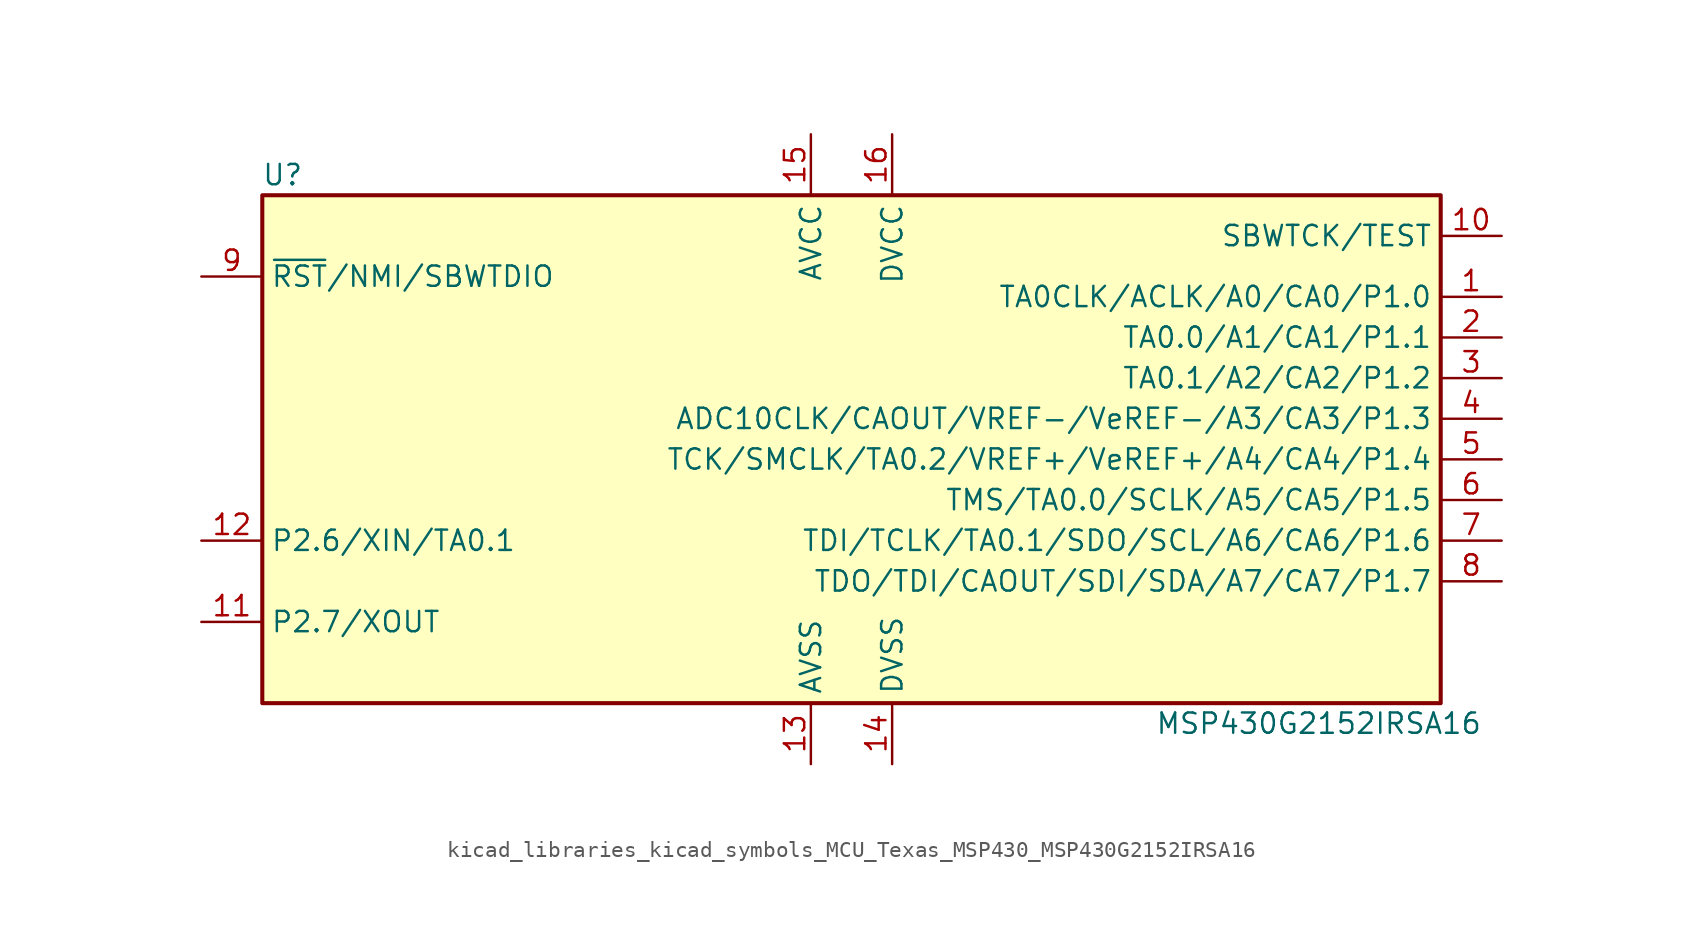
<source format=kicad_sym>
(kicad_symbol_lib
  (version 20220914)
  (generator kicad_symbol_editor)
  (symbol "kicad_libraries_kicad_symbols_MCU_Texas_MSP430_MSP430G2152IRSA16"
    (property "Reference" "U"
      (at -35.56 17.78 0)
      (effects (font (size 1.27 1.27))))
    (property "Value" "MSP430G2152IRSA16"
      (at 29.21 -16.51 0)
      (effects (font (size 1.27 1.27))))
    (symbol "kicad_libraries_kicad_symbols_MCU_Texas_MSP430_MSP430G2152IRSA16_0_1"
      (rectangle (start -36.83 16.51) (end 36.83 -15.24) (stroke (width 0.254) (type default)) (fill (type background))))
    (symbol "kicad_libraries_kicad_symbols_MCU_Texas_MSP430_MSP430G2152IRSA16_1_1"
      (pin bidirectional line (at 40.64 10.16 180) (length 3.81) (name "TA0CLK/ACLK/A0/CA0/P1.0" (effects (font (size 1.27 1.27)))) (number "1" (effects (font (size 1.27 1.27)))))
      (pin input line (at 40.64 13.97 180) (length 3.81) (name "SBWTCK/TEST" (effects (font (size 1.27 1.27)))) (number "10" (effects (font (size 1.27 1.27)))))
      (pin bidirectional line (at -40.64 -10.16 0) (length 3.81) (name "P2.7/XOUT" (effects (font (size 1.27 1.27)))) (number "11" (effects (font (size 1.27 1.27)))))
      (pin bidirectional line (at -40.64 -5.08 0) (length 3.81) (name "P2.6/XIN/TA0.1" (effects (font (size 1.27 1.27)))) (number "12" (effects (font (size 1.27 1.27)))))
      (pin power_in line (at -2.54 -19.05 90) (length 3.81) (name "AVSS" (effects (font (size 1.27 1.27)))) (number "13" (effects (font (size 1.27 1.27)))))
      (pin power_in line (at 2.54 -19.05 90) (length 3.81) (name "DVSS" (effects (font (size 1.27 1.27)))) (number "14" (effects (font (size 1.27 1.27)))))
      (pin power_in line (at -2.54 20.32 270) (length 3.81) (name "AVCC" (effects (font (size 1.27 1.27)))) (number "15" (effects (font (size 1.27 1.27)))))
      (pin power_in line (at 2.54 20.32 270) (length 3.81) (name "DVCC" (effects (font (size 1.27 1.27)))) (number "16" (effects (font (size 1.27 1.27)))))
      (pin bidirectional line (at 40.64 7.62 180) (length 3.81) (name "TA0.0/A1/CA1/P1.1" (effects (font (size 1.27 1.27)))) (number "2" (effects (font (size 1.27 1.27)))))
      (pin bidirectional line (at 40.64 5.08 180) (length 3.81) (name "TA0.1/A2/CA2/P1.2" (effects (font (size 1.27 1.27)))) (number "3" (effects (font (size 1.27 1.27)))))
      (pin bidirectional line (at 40.64 2.54 180) (length 3.81) (name "ADC10CLK/CAOUT/VREF-/VeREF-/A3/CA3/P1.3" (effects (font (size 1.27 1.27)))) (number "4" (effects (font (size 1.27 1.27)))))
      (pin bidirectional line (at 40.64 0 180) (length 3.81) (name "TCK/SMCLK/TA0.2/VREF+/VeREF+/A4/CA4/P1.4" (effects (font (size 1.27 1.27)))) (number "5" (effects (font (size 1.27 1.27)))))
      (pin bidirectional line (at 40.64 -2.54 180) (length 3.81) (name "TMS/TA0.0/SCLK/A5/CA5/P1.5" (effects (font (size 1.27 1.27)))) (number "6" (effects (font (size 1.27 1.27)))))
      (pin bidirectional line (at 40.64 -5.08 180) (length 3.81) (name "TDI/TCLK/TA0.1/SDO/SCL/A6/CA6/P1.6" (effects (font (size 1.27 1.27)))) (number "7" (effects (font (size 1.27 1.27)))))
      (pin bidirectional line (at 40.64 -7.62 180) (length 3.81) (name "TDO/TDI/CAOUT/SDI/SDA/A7/CA7/P1.7" (effects (font (size 1.27 1.27)))) (number "8" (effects (font (size 1.27 1.27)))))
      (pin input line (at -40.64 11.43 0) (length 3.81) (name "~{RST}/NMI/SBWTDIO" (effects (font (size 1.27 1.27)))) (number "9" (effects (font (size 1.27 1.27))))))))
</source>
